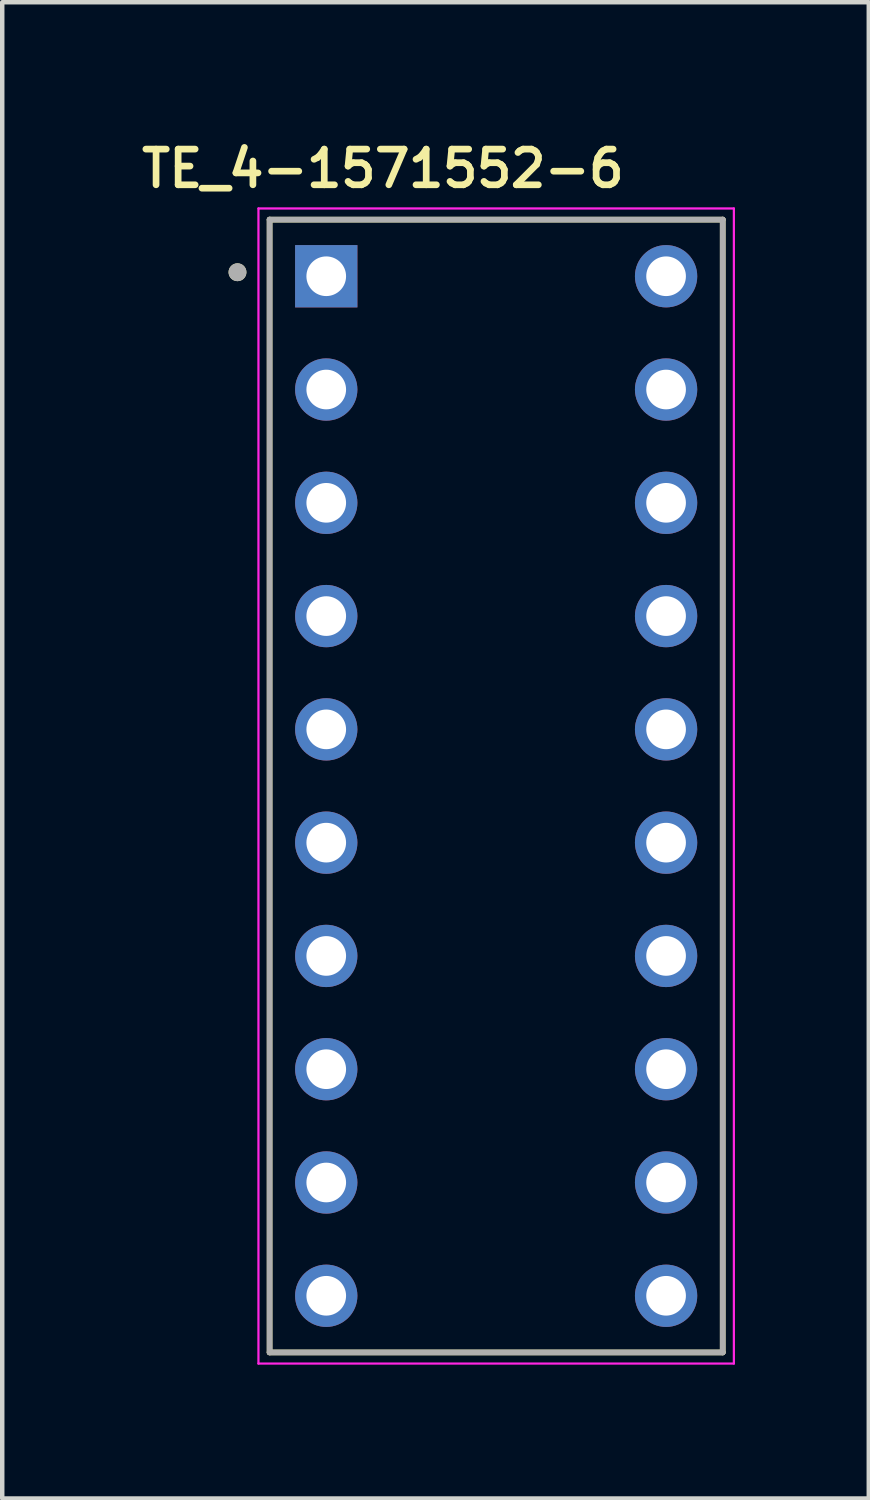
<source format=kicad_pcb>
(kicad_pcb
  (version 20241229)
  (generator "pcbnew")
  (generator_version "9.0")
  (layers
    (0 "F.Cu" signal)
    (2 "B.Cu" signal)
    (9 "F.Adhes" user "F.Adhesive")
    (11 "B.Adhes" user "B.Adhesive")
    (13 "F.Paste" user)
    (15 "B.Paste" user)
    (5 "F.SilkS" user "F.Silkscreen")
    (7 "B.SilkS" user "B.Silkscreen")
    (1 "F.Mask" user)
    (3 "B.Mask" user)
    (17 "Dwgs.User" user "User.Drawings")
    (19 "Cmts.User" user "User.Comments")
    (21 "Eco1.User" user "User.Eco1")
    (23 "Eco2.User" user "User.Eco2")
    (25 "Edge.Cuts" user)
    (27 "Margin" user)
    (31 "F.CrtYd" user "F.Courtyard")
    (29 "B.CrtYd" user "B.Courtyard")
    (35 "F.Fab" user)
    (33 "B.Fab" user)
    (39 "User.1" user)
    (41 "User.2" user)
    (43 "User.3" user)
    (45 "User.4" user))
  (footprint "TE_4-1571552-6"
    (layer "F.Cu")
    (at 8.075 14.574)
    (property "Reference" "TE_4-1571552-6" (at -2.54 -13.843 0) (layer "F.SilkS") (effects (font (size 0.8 0.8) (thickness 0.15))))
    (attr through_hole)
    (fp_line (start -5.08 -12.7) (end 5.08 -12.7) (stroke (width 0.127) (type solid)) (layer "F.SilkS"))
    (fp_line (start -5.08 12.7) (end -5.08 -12.7) (stroke (width 0.127) (type solid)) (layer "F.SilkS"))
    (fp_line (start 5.08 -12.7) (end 5.08 12.7) (stroke (width 0.127) (type solid)) (layer "F.SilkS"))
    (fp_line (start 5.08 12.7) (end -5.08 12.7) (stroke (width 0.127) (type solid)) (layer "F.SilkS"))
    (fp_circle (center -5.8 -11.52) (end -5.7 -11.52) (stroke (width 0.2) (type solid)) (fill no) (layer "F.SilkS"))
    (fp_line (start -5.33 -12.95) (end 5.33 -12.95) (stroke (width 0.05) (type solid)) (layer "F.CrtYd"))
    (fp_line (start -5.33 12.95) (end -5.33 -12.95) (stroke (width 0.05) (type solid)) (layer "F.CrtYd"))
    (fp_line (start 5.33 -12.95) (end 5.33 12.95) (stroke (width 0.05) (type solid)) (layer "F.CrtYd"))
    (fp_line (start 5.33 12.95) (end -5.33 12.95) (stroke (width 0.05) (type solid)) (layer "F.CrtYd"))
    (fp_line (start -5.08 -12.7) (end 5.08 -12.7) (stroke (width 0.127) (type solid)) (layer "F.Fab"))
    (fp_line (start -5.08 12.7) (end -5.08 -12.7) (stroke (width 0.127) (type solid)) (layer "F.Fab"))
    (fp_line (start 5.08 -12.7) (end 5.08 12.7) (stroke (width 0.127) (type solid)) (layer "F.Fab"))
    (fp_line (start 5.08 12.7) (end -5.08 12.7) (stroke (width 0.127) (type solid)) (layer "F.Fab"))
    (fp_circle (center -5.8 -11.52) (end -5.7 -11.52) (stroke (width 0.2) (type solid)) (fill no) (layer "F.Fab"))
    (pad "1" thru_hole rect (at -3.81 -11.43) (size 1.397 1.397) (drill 0.889) (layers "*.Cu" "*.Mask"))
    (pad "2" thru_hole circle (at -3.81 -8.89) (size 1.397 1.397) (drill 0.889) (layers "*.Cu" "*.Mask"))
    (pad "3" thru_hole circle (at -3.81 -6.35) (size 1.397 1.397) (drill 0.889) (layers "*.Cu" "*.Mask"))
    (pad "4" thru_hole circle (at -3.81 -3.81) (size 1.397 1.397) (drill 0.889) (layers "*.Cu" "*.Mask"))
    (pad "5" thru_hole circle (at -3.81 -1.27) (size 1.397 1.397) (drill 0.889) (layers "*.Cu" "*.Mask"))
    (pad "6" thru_hole circle (at -3.81 1.27) (size 1.397 1.397) (drill 0.889) (layers "*.Cu" "*.Mask"))
    (pad "7" thru_hole circle (at -3.81 3.81) (size 1.397 1.397) (drill 0.889) (layers "*.Cu" "*.Mask"))
    (pad "8" thru_hole circle (at -3.81 6.35) (size 1.397 1.397) (drill 0.889) (layers "*.Cu" "*.Mask"))
    (pad "9" thru_hole circle (at -3.81 8.89) (size 1.397 1.397) (drill 0.889) (layers "*.Cu" "*.Mask"))
    (pad "10" thru_hole circle (at -3.81 11.43) (size 1.397 1.397) (drill 0.889) (layers "*.Cu" "*.Mask"))
    (pad "11" thru_hole circle (at 3.81 11.43) (size 1.397 1.397) (drill 0.889) (layers "*.Cu" "*.Mask"))
    (pad "12" thru_hole circle (at 3.81 8.89) (size 1.397 1.397) (drill 0.889) (layers "*.Cu" "*.Mask"))
    (pad "13" thru_hole circle (at 3.81 6.35) (size 1.397 1.397) (drill 0.889) (layers "*.Cu" "*.Mask"))
    (pad "14" thru_hole circle (at 3.81 3.81) (size 1.397 1.397) (drill 0.889) (layers "*.Cu" "*.Mask"))
    (pad "15" thru_hole circle (at 3.81 1.27) (size 1.397 1.397) (drill 0.889) (layers "*.Cu" "*.Mask"))
    (pad "16" thru_hole circle (at 3.81 -1.27) (size 1.397 1.397) (drill 0.889) (layers "*.Cu" "*.Mask"))
    (pad "17" thru_hole circle (at 3.81 -3.81) (size 1.397 1.397) (drill 0.889) (layers "*.Cu" "*.Mask"))
    (pad "18" thru_hole circle (at 3.81 -6.35) (size 1.397 1.397) (drill 0.889) (layers "*.Cu" "*.Mask"))
    (pad "19" thru_hole circle (at 3.81 -8.89) (size 1.397 1.397) (drill 0.889) (layers "*.Cu" "*.Mask"))
    (pad "20" thru_hole circle (at 3.81 -11.43) (size 1.397 1.397) (drill 0.889) (layers "*.Cu" "*.Mask")))
  (gr_rect
    (start -3 -3)
    (end 16.43 30.549)
    (stroke (width 0.1) (type default))
    (fill no)
    (layer "Edge.Cuts")))
</source>
